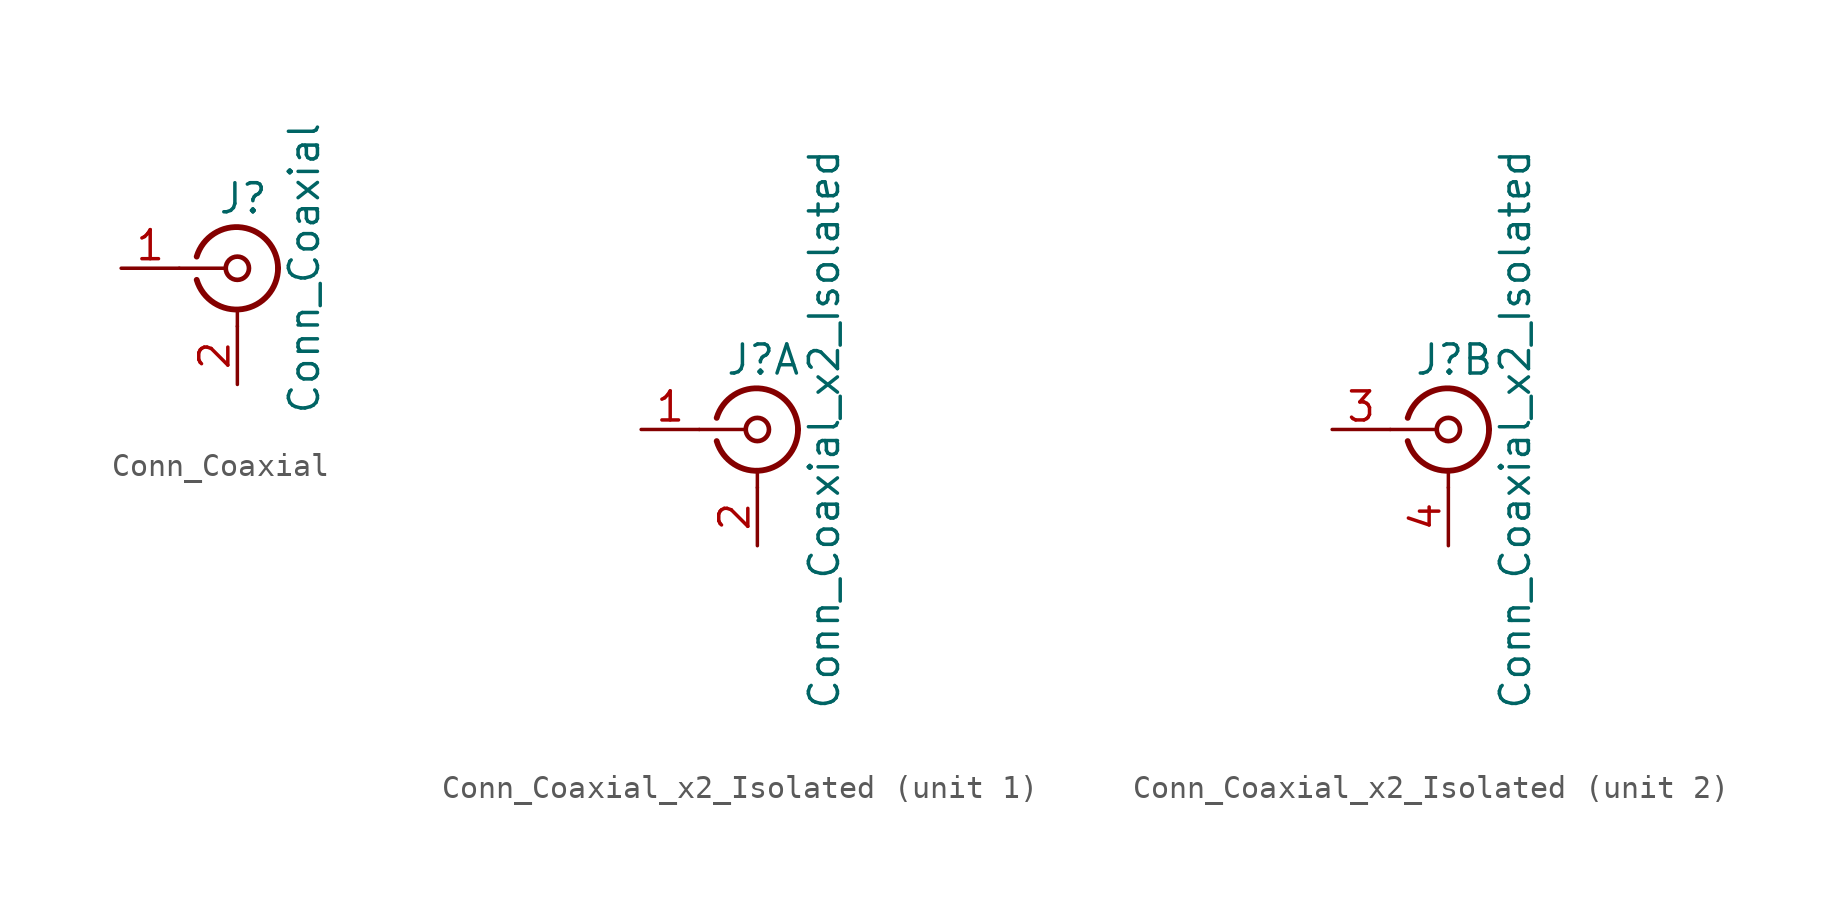
<source format=kicad_sym>
(kicad_symbol_lib
  (version 20201005)
  (generator kicad_symbol_editor)
  (symbol "Connector:Conn_Coaxial"
    (pin_names
      (offset 1.016) hide)
    (property "Reference" "J"
      (at 0.254 3.048 0)
      (effects (font (size 1.27 1.27))))
    (property "Value" "Conn_Coaxial"
      (at 2.921 0 90)
      (effects (font (size 1.27 1.27))))
    (symbol "Conn_Coaxial_0_1"
      (arc (start -1.778 0.508) (end 1.778 0) (radius (at -0.0508 0) (length 1.8034) (angles 163.6 0)) (stroke (width 0.254)) (fill (type none)))
      (arc (start 1.778 0) (end -1.778 -0.508) (radius (at -0.0254 0) (length 1.8034) (angles 0 -163.8)) (stroke (width 0.254)) (fill (type none)))
      (circle (center 0 0) (radius 0.508) (stroke (width 0.203)) (fill (type none)))
      (polyline (pts (xy -2.54 0) (xy -0.508 0)) (stroke (width 0)) (fill (type none)))
      (polyline (pts (xy 0 -2.54) (xy 0 -1.778)) (stroke (width 0)) (fill (type none))))
    (symbol "Conn_Coaxial_1_1"
      (pin passive line (at -5.08 0 0) (length 2.54) (name "In" (effects (font (size 1.27 1.27)))) (number "1" (effects (font (size 1.27 1.27)))))
      (pin passive line (at 0 -5.08 90) (length 2.54) (name "Ext" (effects (font (size 1.27 1.27)))) (number "2" (effects (font (size 1.27 1.27)))))))
  (symbol "Connector:Conn_Coaxial_x2_Isolated"
    (pin_names
      (offset 1.016) hide)
    (property "Reference" "J"
      (at 0.254 3.048 0)
      (effects (font (size 1.27 1.27))))
    (property "Value" "Conn_Coaxial_x2_Isolated"
      (at 2.921 0 90)
      (effects (font (size 1.27 1.27))))
    (symbol "Conn_Coaxial_x2_Isolated_0_1"
      (arc (start -1.778 0.508) (end 1.778 0) (radius (at -0.0508 0) (length 1.8034) (angles 163.6 0)) (stroke (width 0.254)) (fill (type none)))
      (arc (start 1.778 0) (end -1.778 -0.508) (radius (at -0.0254 0) (length 1.8034) (angles 0 -163.8)) (stroke (width 0.254)) (fill (type none)))
      (circle (center 0 0) (radius 0.508) (stroke (width 0.203)) (fill (type none)))
      (polyline (pts (xy -2.54 0) (xy -0.508 0)) (stroke (width 0)) (fill (type none)))
      (polyline (pts (xy 0 -2.54) (xy 0 -1.778)) (stroke (width 0)) (fill (type none))))
    (symbol "Conn_Coaxial_x2_Isolated_1_1"
      (pin passive line (at -5.08 0 0) (length 2.54) (name "In1" (effects (font (size 1.27 1.27)))) (number "1" (effects (font (size 1.27 1.27)))))
      (pin passive line (at 0 -5.08 90) (length 2.54) (name "Ext1" (effects (font (size 1.27 1.27)))) (number "2" (effects (font (size 1.27 1.27))))))
    (symbol "Conn_Coaxial_x2_Isolated_2_1"
      (pin passive line (at -5.08 0 0) (length 2.54) (name "In2" (effects (font (size 1.27 1.27)))) (number "3" (effects (font (size 1.27 1.27)))))
      (pin passive line (at 0 -5.08 90) (length 2.54) (name "Ext2" (effects (font (size 1.27 1.27)))) (number "4" (effects (font (size 1.27 1.27))))))))
</source>
